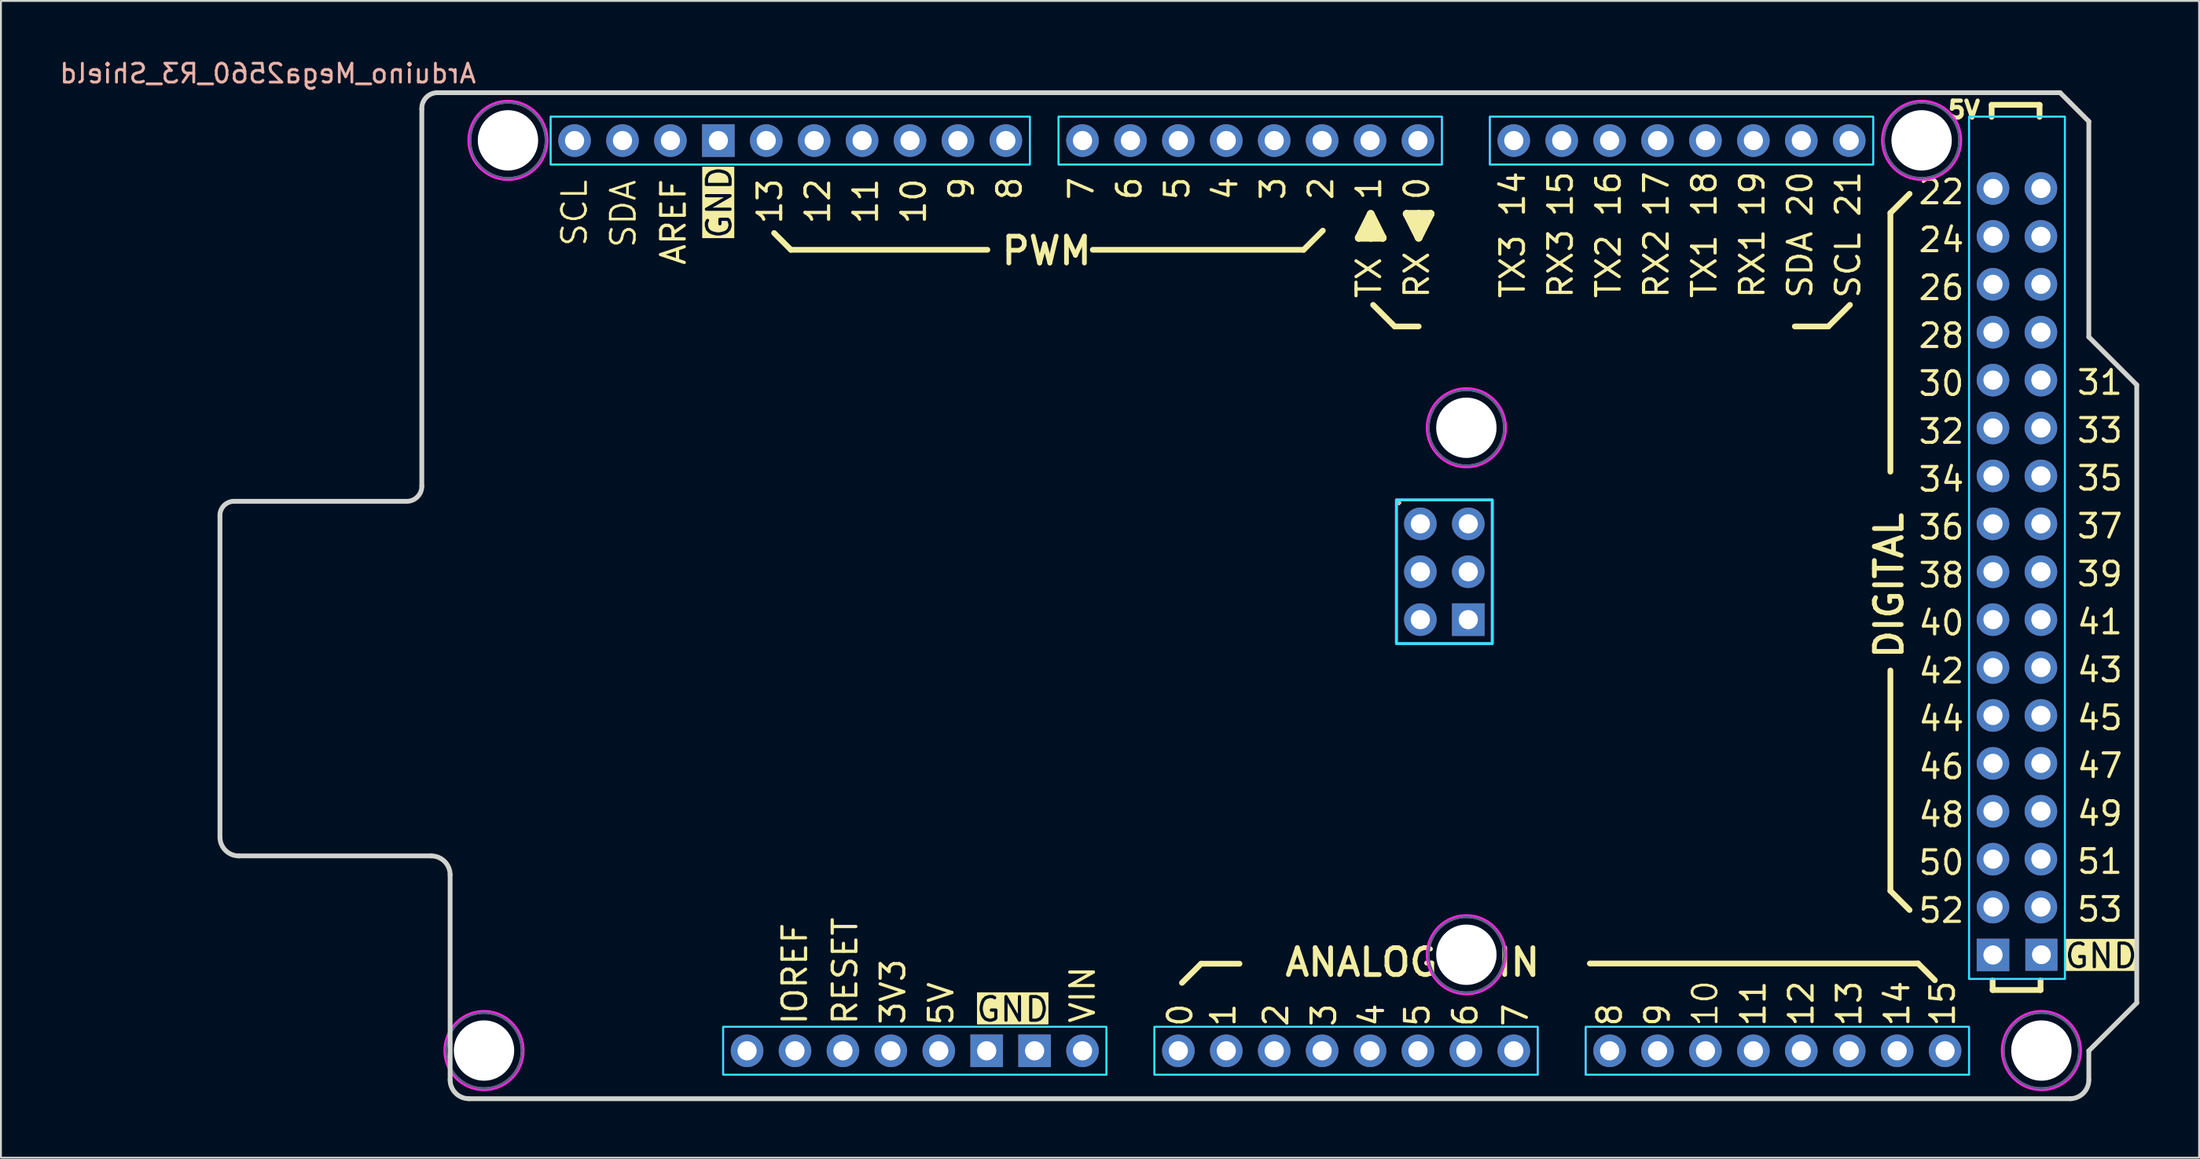
<source format=kicad_pcb>
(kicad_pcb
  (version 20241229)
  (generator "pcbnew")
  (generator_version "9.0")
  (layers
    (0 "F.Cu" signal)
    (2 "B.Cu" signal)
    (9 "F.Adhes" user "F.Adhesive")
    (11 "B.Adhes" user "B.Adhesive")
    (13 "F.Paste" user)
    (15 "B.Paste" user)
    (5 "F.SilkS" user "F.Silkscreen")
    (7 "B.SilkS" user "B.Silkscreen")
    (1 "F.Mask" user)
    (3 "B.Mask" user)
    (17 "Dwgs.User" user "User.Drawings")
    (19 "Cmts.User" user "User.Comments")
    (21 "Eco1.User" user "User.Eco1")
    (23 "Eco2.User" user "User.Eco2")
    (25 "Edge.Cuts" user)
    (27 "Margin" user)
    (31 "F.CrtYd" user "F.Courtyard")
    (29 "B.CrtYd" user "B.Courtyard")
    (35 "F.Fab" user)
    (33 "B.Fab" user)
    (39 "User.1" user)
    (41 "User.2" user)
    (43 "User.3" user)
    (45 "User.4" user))
  (footprint "Arduino_Mega2560_R3_Shield"
    (layer "F.Cu")
    (at 59.409 28.534)
    (property "Reference" "Arduino_Mega2560_R3_Shield" (at -48.26 -27.686 0) (layer "B.SilkS") (effects (font (size 1 1) (thickness 0.15)) (justify mirror)))
    (attr through_hole)
    (fp_line (start -20.537 -18.34) (end -21.426 -19.229) (stroke (width 0.305) (type solid)) (layer "F.SilkS"))
    (fp_line (start -10.123 -18.34) (end -20.537 -18.34) (stroke (width 0.305) (type solid)) (layer "F.SilkS"))
    (fp_line (start -4.535 -18.34) (end 6.641 -18.34) (stroke (width 0.305) (type solid)) (layer "F.SilkS"))
    (fp_line (start 1.208 19.512) (end 0.192 20.528) (stroke (width 0.305) (type solid)) (layer "F.SilkS"))
    (fp_line (start 3.24 19.512) (end 1.208 19.512) (stroke (width 0.305) (type solid)) (layer "F.SilkS"))
    (fp_line (start 6.641 -18.34) (end 7.657 -19.356) (stroke (width 0.305) (type solid)) (layer "F.SilkS"))
    (fp_line (start 9.562 -18.975) (end 10.197 -20.245) (stroke (width 0.406) (type solid)) (layer "F.SilkS"))
    (fp_line (start 9.562 -18.975) (end 10.197 -19.61) (stroke (width 0.406) (type solid)) (layer "F.SilkS"))
    (fp_line (start 10.197 -20.245) (end 10.832 -18.975) (stroke (width 0.406) (type solid)) (layer "F.SilkS"))
    (fp_line (start 10.197 -19.61) (end 10.197 -18.975) (stroke (width 0.406) (type solid)) (layer "F.SilkS"))
    (fp_line (start 10.197 -18.975) (end 9.562 -18.975) (stroke (width 0.406) (type solid)) (layer "F.SilkS"))
    (fp_line (start 10.197 -18.975) (end 10.832 -18.975) (stroke (width 0.406) (type solid)) (layer "F.SilkS"))
    (fp_line (start 10.324 -15.419) (end 11.467 -14.276) (stroke (width 0.305) (type solid)) (layer "F.SilkS"))
    (fp_line (start 10.832 -18.975) (end 10.197 -19.61) (stroke (width 0.406) (type solid)) (layer "F.SilkS"))
    (fp_line (start 11.467 -14.276) (end 12.737 -14.276) (stroke (width 0.305) (type solid)) (layer "F.SilkS"))
    (fp_line (start 12.102 -20.245) (end 12.737 -20.245) (stroke (width 0.406) (type solid)) (layer "F.SilkS"))
    (fp_line (start 12.102 -20.245) (end 12.737 -19.61) (stroke (width 0.406) (type solid)) (layer "F.SilkS"))
    (fp_line (start 12.737 -20.245) (end 12.737 -19.61) (stroke (width 0.406) (type solid)) (layer "F.SilkS"))
    (fp_line (start 12.737 -19.61) (end 13.372 -20.245) (stroke (width 0.406) (type solid)) (layer "F.SilkS"))
    (fp_line (start 12.737 -18.975) (end 12.102 -20.245) (stroke (width 0.406) (type solid)) (layer "F.SilkS"))
    (fp_line (start 13.372 -20.245) (end 12.737 -20.245) (stroke (width 0.406) (type solid)) (layer "F.SilkS"))
    (fp_line (start 13.372 -20.245) (end 12.737 -18.975) (stroke (width 0.406) (type solid)) (layer "F.SilkS"))
    (fp_line (start 21.812 19.501) (end 39.211 19.501) (stroke (width 0.305) (type solid)) (layer "F.SilkS"))
    (fp_line (start 32.676 -14.276) (end 34.454 -14.276) (stroke (width 0.305) (type solid)) (layer "F.SilkS"))
    (fp_line (start 34.454 -14.276) (end 35.597 -15.419) (stroke (width 0.305) (type solid)) (layer "F.SilkS"))
    (fp_line (start 37.742 -20.292) (end 38.758 -21.308) (stroke (width 0.305) (type solid)) (layer "F.SilkS"))
    (fp_line (start 37.742 -6.576) (end 37.742 -20.292) (stroke (width 0.305) (type solid)) (layer "F.SilkS"))
    (fp_line (start 37.742 3.965) (end 37.742 15.649) (stroke (width 0.305) (type solid)) (layer "F.SilkS"))
    (fp_line (start 37.742 15.649) (end 38.758 16.665) (stroke (width 0.305) (type solid)) (layer "F.SilkS"))
    (fp_line (start 39.211 19.501) (end 40.1 20.39) (stroke (width 0.305) (type solid)) (layer "F.SilkS"))
    (fp_line (start 43.108 -26.026) (end 45.648 -26.026) (stroke (width 0.305) (type solid)) (layer "F.SilkS"))
    (fp_line (start 43.108 -25.391) (end 43.108 -26.026) (stroke (width 0.305) (type solid)) (layer "F.SilkS"))
    (fp_line (start 43.16 20.4) (end 43.16 20.908) (stroke (width 0.305) (type solid)) (layer "F.SilkS"))
    (fp_line (start 43.16 20.908) (end 45.7 20.908) (stroke (width 0.305) (type solid)) (layer "F.SilkS"))
    (fp_line (start 45.648 -26.026) (end 45.648 -25.391) (stroke (width 0.305) (type solid)) (layer "F.SilkS"))
    (fp_line (start 45.7 20.908) (end 45.7 20.4) (stroke (width 0.305) (type solid)) (layer "F.SilkS"))
    (fp_line (start -50.8 12.796) (end -50.8 -4.204) (stroke (width 0.254) (type solid)) (layer "Edge.Cuts"))
    (fp_line (start -49.8 13.796) (end -39.608 13.796) (stroke (width 0.254) (type solid)) (layer "Edge.Cuts"))
    (fp_line (start -40.901 -5.004) (end -50.101 -5.004) (stroke (width 0.254) (type solid)) (layer "Edge.Cuts"))
    (fp_line (start -40.101 -25.804) (end -40.101 -5.804) (stroke (width 0.254) (type solid)) (layer "Edge.Cuts"))
    (fp_line (start -39.301 -26.67) (end 46.736 -26.67) (stroke (width 0.254) (type solid)) (layer "Edge.Cuts"))
    (fp_line (start -38.6 25.67) (end -38.6 14.796) (stroke (width 0.254) (type solid)) (layer "Edge.Cuts"))
    (fp_line (start 46.736 -26.67) (end 48.26 -25.146) (stroke (width 0.254) (type solid)) (layer "Edge.Cuts"))
    (fp_line (start 47.26 26.67) (end -37.6 26.67) (stroke (width 0.254) (type solid)) (layer "Edge.Cuts"))
    (fp_line (start 48.26 -25.146) (end 48.26 -13.716) (stroke (width 0.254) (type solid)) (layer "Edge.Cuts"))
    (fp_line (start 48.26 -13.716) (end 50.8 -11.176) (stroke (width 0.254) (type solid)) (layer "Edge.Cuts"))
    (fp_line (start 48.26 24.13) (end 48.26 25.67) (stroke (width 0.254) (type solid)) (layer "Edge.Cuts"))
    (fp_line (start 50.8 -11.176) (end 50.8 21.59) (stroke (width 0.254) (type solid)) (layer "Edge.Cuts"))
    (fp_line (start 50.8 21.59) (end 48.26 24.13) (stroke (width 0.254) (type solid)) (layer "Edge.Cuts"))
    (fp_arc (start -50.8 -4.2036) (mid -50.616217 -4.748331) (end -50.1011 -5.0036) (stroke (width 0.254) (type solid)) (layer "Edge.Cuts"))
    (fp_arc (start -49.8 13.7964) (mid -50.507107 13.503507) (end -50.8 12.7964) (stroke (width 0.254) (type solid)) (layer "Edge.Cuts"))
    (fp_arc (start -40.1011 -25.8036) (mid -39.880537 -26.402485) (end -39.3011 -26.67) (stroke (width 0.254) (type solid)) (layer "Edge.Cuts"))
    (fp_arc (start -40.1011 -5.8036) (mid -40.335415 -5.237915) (end -40.9011 -5.0036) (stroke (width 0.254) (type solid)) (layer "Edge.Cuts"))
    (fp_arc (start -39.608207 13.7964) (mid -38.896996 14.087592) (end -38.6 14.7964) (stroke (width 0.254) (type solid)) (layer "Edge.Cuts"))
    (fp_arc (start -37.6 26.67) (mid -38.307107 26.377107) (end -38.6 25.67) (stroke (width 0.254) (type solid)) (layer "Edge.Cuts"))
    (fp_arc (start 48.26 25.67) (mid 47.967107 26.377107) (end 47.26 26.67) (stroke (width 0.254) (type solid)) (layer "Edge.Cuts"))
    (fp_rect (start -33.27 -25.4) (end -7.87 -22.86) (stroke (width 0.1) (type solid)) (fill no) (layer "B.CrtYd"))
    (fp_rect (start -24.13 22.86) (end -3.81 25.4) (stroke (width 0.1) (type solid)) (fill no) (layer "B.CrtYd"))
    (fp_rect (start -6.35 -25.4) (end 13.97 -22.86) (stroke (width 0.1) (type solid)) (fill no) (layer "B.CrtYd"))
    (fp_rect (start -1.27 22.86) (end 19.05 25.4) (stroke (width 0.1) (type solid)) (fill no) (layer "B.CrtYd"))
    (fp_rect (start 11.56 -5.08) (end 16.64 2.54) (stroke (width 0.15) (type solid)) (fill no) (layer "B.CrtYd"))
    (fp_rect (start 16.51 -25.4) (end 36.83 -22.86) (stroke (width 0.1) (type solid)) (fill no) (layer "B.CrtYd"))
    (fp_rect (start 21.59 22.86) (end 41.91 25.4) (stroke (width 0.1) (type solid)) (fill no) (layer "B.CrtYd"))
    (fp_rect (start 41.91 -25.4) (end 46.99 20.32) (stroke (width 0.1) (type solid)) (fill no) (layer "B.CrtYd"))
    (fp_rect (start -33.274 -25.4) (end -7.874 -22.86) (stroke (width 0.1) (type solid)) (fill no) (layer "F.CrtYd"))
    (fp_rect (start -24.13 22.86) (end -3.81 25.4) (stroke (width 0.1) (type solid)) (fill no) (layer "F.CrtYd"))
    (fp_rect (start -6.35 -25.4) (end 13.97 -22.86) (stroke (width 0.1) (type solid)) (fill no) (layer "F.CrtYd"))
    (fp_rect (start -1.27 22.86) (end 19.05 25.4) (stroke (width 0.1) (type solid)) (fill no) (layer "F.CrtYd"))
    (fp_rect (start 11.557 -5.08) (end 16.637 2.54) (stroke (width 0.15) (type solid)) (fill no) (layer "F.CrtYd"))
    (fp_rect (start 16.51 -25.4) (end 36.83 -22.86) (stroke (width 0.1) (type solid)) (fill no) (layer "F.CrtYd"))
    (fp_rect (start 21.59 22.86) (end 41.91 25.4) (stroke (width 0.1) (type solid)) (fill no) (layer "F.CrtYd"))
    (fp_rect (start 41.91 -25.4) (end 46.99 20.32) (stroke (width 0.1) (type solid)) (fill no) (layer "F.CrtYd"))
    (fp_circle (center -36.804 24.117) (end -34.704 24.117) (stroke (width 0.1) (type solid)) (fill no) (layer "F.CrtYd"))
    (fp_circle (center -35.534 -24.143) (end -33.434 -24.143) (stroke (width 0.1) (type solid)) (fill no) (layer "F.CrtYd"))
    (fp_circle (center 15.266 -8.903) (end 17.366 -8.903) (stroke (width 0.1) (type solid)) (fill no) (layer "F.CrtYd"))
    (fp_circle (center 15.266 19.037) (end 17.366 19.037) (stroke (width 0.1) (type solid)) (fill no) (layer "F.CrtYd"))
    (fp_circle (center 39.396 -24.143) (end 41.496 -24.143) (stroke (width 0.1) (type solid)) (fill no) (layer "F.CrtYd"))
    (fp_circle (center 45.746 24.117) (end 47.846 24.117) (stroke (width 0.1) (type solid)) (fill no) (layer "F.CrtYd"))
    (fp_circle (center -36.804 24.117) (end -34.804 24.117) (stroke (width 0.1) (type solid)) (fill no) (layer "B.Fab"))
    (fp_circle (center -35.534 -24.143) (end -33.534 -24.143) (stroke (width 0.1) (type solid)) (fill no) (layer "B.Fab"))
    (fp_circle (center 15.266 -8.903) (end 17.266 -8.903) (stroke (width 0.1) (type solid)) (fill no) (layer "B.Fab"))
    (fp_circle (center 15.266 19.037) (end 17.266 19.037) (stroke (width 0.1) (type solid)) (fill no) (layer "B.Fab"))
    (fp_circle (center 39.396 -24.143) (end 41.396 -24.143) (stroke (width 0.1) (type solid)) (fill no) (layer "B.Fab"))
    (fp_circle (center 45.746 24.117) (end 47.746 24.117) (stroke (width 0.1) (type solid)) (fill no) (layer "B.Fab"))
    (fp_circle (center -36.804 24.117) (end -34.804 24.117) (stroke (width 0.1) (type solid)) (fill no) (layer "F.Fab"))
    (fp_circle (center -35.534 -24.143) (end -33.534 -24.143) (stroke (width 0.1) (type solid)) (fill no) (layer "F.Fab"))
    (fp_circle (center 15.266 -8.903) (end 17.266 -8.903) (stroke (width 0.1) (type solid)) (fill no) (layer "F.Fab"))
    (fp_circle (center 15.266 19.037) (end 17.266 19.037) (stroke (width 0.1) (type solid)) (fill no) (layer "F.Fab"))
    (fp_circle (center 39.396 -24.143) (end 41.396 -24.143) (stroke (width 0.1) (type solid)) (fill no) (layer "F.Fab"))
    (fp_circle (center 45.746 24.117) (end 47.746 24.117) (stroke (width 0.1) (type solid)) (fill no) (layer "F.Fab"))
    (fp_text user "22" (at 39.139 -20.673 0) (unlocked yes) (layer "F.SilkS") (effects (font (size 1.252 1.252) (thickness 0.171)) (justify left bottom)))
    (fp_text user "TX1" (at 28.612 -15.673 90) (unlocked yes) (layer "F.SilkS") (effects (font (size 1.252 1.252) (thickness 0.171)) (justify left bottom)))
    (fp_text user "8" (at 23.59 22.93 90) (unlocked yes) (layer "F.SilkS") (effects (font (size 1.252 1.252) (thickness 0.171)) (justify left bottom)))
    (fp_text user "12" (at -18.378 -19.61 90) (unlocked yes) (layer "F.SilkS") (effects (font (size 1.252 1.252) (thickness 0.171)) (justify left bottom)))
    (fp_text user "RX2" (at 26.072 -15.673 90) (unlocked yes) (layer "F.SilkS") (effects (font (size 1.252 1.252) (thickness 0.171)) (justify left bottom)))
    (fp_text user "49" (at 47.54 12.29 0) (unlocked yes) (layer "F.SilkS") (effects (font (size 1.252 1.252) (thickness 0.171)) (justify left bottom)))
    (fp_text user "5V" (at 42.6 -26.28 0) (unlocked yes) (layer "F.SilkS") (effects (font (size 0.894 0.894) (thickness 0.224)) (justify right top)))
    (fp_text user "TX2" (at 23.532 -15.673 90) (unlocked yes) (layer "F.SilkS") (effects (font (size 1.252 1.252) (thickness 0.171)) (justify left bottom)))
    (fp_text user "4" (at 10.987 22.941 90) (unlocked yes) (layer "F.SilkS") (effects (font (size 1.252 1.252) (thickness 0.171)) (justify left bottom)))
    (fp_text user "3" (at 8.447 22.941 90) (unlocked yes) (layer "F.SilkS") (effects (font (size 1.252 1.252) (thickness 0.171)) (justify left bottom)))
    (fp_text user "ANALOG   IN" (at 5.53 20.274 0) (unlocked yes) (layer "F.SilkS") (effects (font (size 1.425 1.425) (thickness 0.251)) (justify left bottom)))
    (fp_text user "TX3" (at 18.452 -15.673 90) (unlocked yes) (layer "F.SilkS") (effects (font (size 1.252 1.252) (thickness 0.171)) (justify left bottom)))
    (fp_text user "46" (at 39.139 9.807 0) (unlocked yes) (layer "F.SilkS") (effects (font (size 1.252 1.252) (thickness 0.171)) (justify left bottom)))
    (fp_text user "8" (at -8.218 -20.88 90) (unlocked yes) (layer "F.SilkS") (effects (font (size 1.252 1.252) (thickness 0.171)) (justify left bottom)))
    (fp_text user "48" (at 39.139 12.347 0) (unlocked yes) (layer "F.SilkS") (effects (font (size 1.252 1.252) (thickness 0.171)) (justify left bottom)))
    (fp_text user "9" (at 26.13 22.93 90) (unlocked yes) (layer "F.SilkS") (effects (font (size 1.252 1.252) (thickness 0.171)) (justify left bottom)))
    (fp_text user "47" (at 47.54 9.75 0) (unlocked yes) (layer "F.SilkS") (effects (font (size 1.252 1.252) (thickness 0.171)) (justify left bottom)))
    (fp_text user "5V" (at -11.84 22.88 90) (unlocked yes) (layer "F.SilkS") (effects (font (size 1.252 1.252) (thickness 0.171)) (justify left bottom)))
    (fp_text user "38" (at 39.139 -0.353 0) (unlocked yes) (layer "F.SilkS") (effects (font (size 1.252 1.252) (thickness 0.171)) (justify left bottom)))
    (fp_text user "11" (at 31.21 22.93 90) (unlocked yes) (layer "F.SilkS") (effects (font (size 1.252 1.252) (thickness 0.171)) (justify left bottom)))
    (fp_text user "24" (at 39.139 -18.133 0) (unlocked yes) (layer "F.SilkS") (effects (font (size 1.252 1.252) (thickness 0.171)) (justify left bottom)))
    (fp_text user "SDA" (at 33.692 -15.673 90) (unlocked yes) (layer "F.SilkS") (effects (font (size 1.252 1.252) (thickness 0.171)) (justify left bottom)))
    (fp_text user "." (at 11.684 -5.334 0) (layer "F.SilkS") (effects (font (size 1 1) (thickness 0.15))))
    (fp_text user "40" (at 39.139 2.187 0) (unlocked yes) (layer "F.SilkS") (effects (font (size 1.252 1.252) (thickness 0.171)) (justify left bottom)))
    (fp_text user "GND" (at 46.888 19.834 0) (unlocked yes) (layer "F.SilkS" knockout) (effects (font (size 1.252 1.252) (thickness 0.171)) (justify left bottom)))
    (fp_text user "10" (at -13.298 -19.61 90) (unlocked yes) (layer "F.SilkS") (effects (font (size 1.252 1.252) (thickness 0.171)) (justify left bottom)))
    (fp_text user "13" (at 36.29 22.93 90) (unlocked yes) (layer "F.SilkS") (effects (font (size 1.252 1.252) (thickness 0.171)) (justify left bottom)))
    (fp_text user "IOREF" (at -19.6 22.84 90) (unlocked yes) (layer "F.SilkS") (effects (font (size 1.252 1.252) (thickness 0.171)) (justify left bottom)))
    (fp_text user "VIN" (at -4.343 22.75 90) (unlocked yes) (layer "F.SilkS") (effects (font (size 1.252 1.252) (thickness 0.171)) (justify left bottom)))
    (fp_text user "GND" (at -23.6 -18.83 90) (unlocked yes) (layer "F.SilkS" knockout) (effects (font (size 1.252 1.252) (thickness 0.171)) (justify left bottom)))
    (fp_text user "0" (at 0.827 22.941 90) (unlocked yes) (layer "F.SilkS") (effects (font (size 1.252 1.252) (thickness 0.171)) (justify left bottom)))
    (fp_text user "RESET" (at -16.933 22.84 90) (unlocked yes) (layer "F.SilkS") (effects (font (size 1.252 1.252) (thickness 0.171)) (justify left bottom)))
    (fp_text user "PWM" (at -9.488 -17.451 0) (unlocked yes) (layer "F.SilkS") (effects (font (size 1.425 1.425) (thickness 0.251)) (justify left bottom)))
    (fp_text user "1" (at 10.832 -20.88 90) (unlocked yes) (layer "F.SilkS") (effects (font (size 1.252 1.252) (thickness 0.171)) (justify left bottom)))
    (fp_text user "SCL" (at -31.26 -18.43 90) (unlocked yes) (layer "F.SilkS") (effects (font (size 1.28 1.28) (thickness 0.142)) (justify left bottom)))
    (fp_text user "0" (at 13.372 -20.88 90) (unlocked yes) (layer "F.SilkS") (effects (font (size 1.252 1.252) (thickness 0.171)) (justify left bottom)))
    (fp_text user "20" (at 33.692 -19.991 90) (unlocked yes) (layer "F.SilkS") (effects (font (size 1.252 1.252) (thickness 0.171)) (justify left bottom)))
    (fp_text user "AREF" (at -26.028 -17.438 90) (unlocked yes) (layer "F.SilkS") (effects (font (size 1.252 1.252) (thickness 0.171)) (justify left bottom)))
    (fp_text user "34" (at 39.139 -5.433 0) (unlocked yes) (layer "F.SilkS") (effects (font (size 1.252 1.252) (thickness 0.171)) (justify left bottom)))
    (fp_text user "7" (at 18.607 22.941 90) (unlocked yes) (layer "F.SilkS") (effects (font (size 1.252 1.252) (thickness 0.171)) (justify left bottom)))
    (fp_text user "7" (at -4.408 -20.88 90) (unlocked yes) (layer "F.SilkS") (effects (font (size 1.252 1.252) (thickness 0.171)) (justify left bottom)))
    (fp_text user "42" (at 39.139 4.727 0) (unlocked yes) (layer "F.SilkS") (effects (font (size 1.252 1.252) (thickness 0.171)) (justify left bottom)))
    (fp_text user "4" (at 3.212 -20.88 90) (unlocked yes) (layer "F.SilkS") (effects (font (size 1.252 1.252) (thickness 0.171)) (justify left bottom)))
    (fp_text user "TX" (at 10.832 -15.673 90) (unlocked yes) (layer "F.SilkS") (effects (font (size 1.252 1.252) (thickness 0.171)) (justify left bottom)))
    (fp_text user "3V3" (at -14.393 22.84 90) (unlocked yes) (layer "F.SilkS") (effects (font (size 1.252 1.252) (thickness 0.171)) (justify left bottom)))
    (fp_text user "6" (at -1.868 -20.88 90) (unlocked yes) (layer "F.SilkS") (effects (font (size 1.252 1.252) (thickness 0.171)) (justify left bottom)))
    (fp_text user "15" (at 41.243 22.93 90) (unlocked yes) (layer "F.SilkS") (effects (font (size 1.252 1.252) (thickness 0.171)) (justify left bottom)))
    (fp_text user "6" (at 15.94 22.941 90) (unlocked yes) (layer "F.SilkS") (effects (font (size 1.252 1.252) (thickness 0.171)) (justify left bottom)))
    (fp_text user "SCL" (at 36.232 -15.673 90) (unlocked yes) (layer "F.SilkS") (effects (font (size 1.252 1.252) (thickness 0.171)) (justify left bottom)))
    (fp_text user "14" (at 38.83 22.93 90) (unlocked yes) (layer "F.SilkS") (effects (font (size 1.252 1.252) (thickness 0.171)) (justify left bottom)))
    (fp_text user "53" (at 47.54 17.37 0) (unlocked yes) (layer "F.SilkS") (effects (font (size 1.252 1.252) (thickness 0.171)) (justify left bottom)))
    (fp_text user "52" (at 39.139 17.427 0) (unlocked yes) (layer "F.SilkS") (effects (font (size 1.252 1.252) (thickness 0.171)) (justify left bottom)))
    (fp_text user "32" (at 39.139 -7.973 0) (unlocked yes) (layer "F.SilkS") (effects (font (size 1.252 1.252) (thickness 0.171)) (justify left bottom)))
    (fp_text user "5" (at 13.4 22.941 90) (unlocked yes) (layer "F.SilkS") (effects (font (size 1.252 1.252) (thickness 0.171)) (justify left bottom)))
    (fp_text user "41" (at 47.54 2.13 0) (unlocked yes) (layer "F.SilkS") (effects (font (size 1.252 1.252) (thickness 0.171)) (justify left bottom)))
    (fp_text user "44" (at 39.139 7.267 0) (unlocked yes) (layer "F.SilkS") (effects (font (size 1.252 1.252) (thickness 0.171)) (justify left bottom)))
    (fp_text user "10" (at 28.67 22.93 90) (unlocked yes) (layer "F.SilkS") (effects (font (size 1.28 1.28) (thickness 0.142)) (justify left bottom)))
    (fp_text user "19" (at 31.152 -19.991 90) (unlocked yes) (layer "F.SilkS") (effects (font (size 1.252 1.252) (thickness 0.171)) (justify left bottom)))
    (fp_text user "30" (at 39.139 -10.513 0) (unlocked yes) (layer "F.SilkS") (effects (font (size 1.252 1.252) (thickness 0.171)) (justify left bottom)))
    (fp_text user "13" (at -20.918 -19.61 90) (unlocked yes) (layer "F.SilkS") (effects (font (size 1.252 1.252) (thickness 0.171)) (justify left bottom)))
    (fp_text user "31" (at 47.54 -10.57 0) (unlocked yes) (layer "F.SilkS") (effects (font (size 1.252 1.252) (thickness 0.171)) (justify left bottom)))
    (fp_text user "26" (at 39.139 -15.593 0) (unlocked yes) (layer "F.SilkS") (effects (font (size 1.252 1.252) (thickness 0.171)) (justify left bottom)))
    (fp_text user "9" (at -10.758 -20.88 90) (unlocked yes) (layer "F.SilkS") (effects (font (size 1.252 1.252) (thickness 0.171)) (justify left bottom)))
    (fp_text user "5" (at 0.672 -20.88 90) (unlocked yes) (layer "F.SilkS") (effects (font (size 1.252 1.252) (thickness 0.171)) (justify left bottom)))
    (fp_text user "16" (at 23.532 -19.991 90) (unlocked yes) (layer "F.SilkS") (effects (font (size 1.252 1.252) (thickness 0.171)) (justify left bottom)))
    (fp_text user "1" (at 3.113 22.941 90) (unlocked yes) (layer "F.SilkS") (effects (font (size 1.252 1.252) (thickness 0.171)) (justify left bottom)))
    (fp_text user "51" (at 47.54 14.83 0) (unlocked yes) (layer "F.SilkS") (effects (font (size 1.252 1.252) (thickness 0.171)) (justify left bottom)))
    (fp_text user "50" (at 39.139 14.887 0) (unlocked yes) (layer "F.SilkS") (effects (font (size 1.252 1.252) (thickness 0.171)) (justify left bottom)))
    (fp_text user "37" (at 47.54 -2.95 0) (unlocked yes) (layer "F.SilkS") (effects (font (size 1.252 1.252) (thickness 0.171)) (justify left bottom)))
    (fp_text user "2" (at 5.907 22.941 90) (unlocked yes) (layer "F.SilkS") (effects (font (size 1.252 1.252) (thickness 0.171)) (justify left bottom)))
    (fp_text user "RX1" (at 31.152 -15.673 90) (unlocked yes) (layer "F.SilkS") (effects (font (size 1.252 1.252) (thickness 0.171)) (justify left bottom)))
    (fp_text user "SDA" (at -28.669 -18.354 90) (unlocked yes) (layer "F.SilkS") (effects (font (size 1.28 1.28) (thickness 0.142)) (justify left bottom)))
    (fp_text user "21" (at 36.232 -19.991 90) (unlocked yes) (layer "F.SilkS") (effects (font (size 1.252 1.252) (thickness 0.171)) (justify left bottom)))
    (fp_text user "RX3" (at 20.992 -15.673 90) (unlocked yes) (layer "F.SilkS") (effects (font (size 1.252 1.252) (thickness 0.171)) (justify left bottom)))
    (fp_text user "39" (at 47.54 -0.41 0) (unlocked yes) (layer "F.SilkS") (effects (font (size 1.252 1.252) (thickness 0.171)) (justify left bottom)))
    (fp_text user "15" (at 20.992 -19.991 90) (unlocked yes) (layer "F.SilkS") (effects (font (size 1.252 1.252) (thickness 0.171)) (justify left bottom)))
    (fp_text user "45" (at 47.54 7.21 0) (unlocked yes) (layer "F.SilkS") (effects (font (size 1.252 1.252) (thickness 0.171)) (justify left bottom)))
    (fp_text user "RX" (at 13.372 -15.673 90) (unlocked yes) (layer "F.SilkS") (effects (font (size 1.252 1.252) (thickness 0.171)) (justify left bottom)))
    (fp_text user "DIGITAL" (at 38.504 3.457 90) (unlocked yes) (layer "F.SilkS") (effects (font (size 1.425 1.425) (thickness 0.251)) (justify left bottom)))
    (fp_text user "36" (at 39.139 -2.893 0) (unlocked yes) (layer "F.SilkS") (effects (font (size 1.252 1.252) (thickness 0.171)) (justify left bottom)))
    (fp_text user "33" (at 47.54 -8.03 0) (unlocked yes) (layer "F.SilkS") (effects (font (size 1.252 1.252) (thickness 0.171)) (justify left bottom)))
    (fp_text user "GND" (at -10.8 22.67 0) (unlocked yes) (layer "F.SilkS" knockout) (effects (font (size 1.252 1.252) (thickness 0.171)) (justify left bottom)))
    (fp_text user "28" (at 39.139 -13.053 0) (unlocked yes) (layer "F.SilkS") (effects (font (size 1.252 1.252) (thickness 0.171)) (justify left bottom)))
    (fp_text user "2" (at 8.292 -20.88 90) (unlocked yes) (layer "F.SilkS") (effects (font (size 1.252 1.252) (thickness 0.171)) (justify left bottom)))
    (fp_text user "43" (at 47.54 4.67 0) (unlocked yes) (layer "F.SilkS") (effects (font (size 1.252 1.252) (thickness 0.171)) (justify left bottom)))
    (fp_text user "35" (at 47.54 -5.49 0) (unlocked yes) (layer "F.SilkS") (effects (font (size 1.252 1.252) (thickness 0.171)) (justify left bottom)))
    (fp_text user "12" (at 33.75 22.93 90) (unlocked yes) (layer "F.SilkS") (effects (font (size 1.252 1.252) (thickness 0.171)) (justify left bottom)))
    (fp_text user "17" (at 26.072 -19.991 90) (unlocked yes) (layer "F.SilkS") (effects (font (size 1.252 1.252) (thickness 0.171)) (justify left bottom)))
    (fp_text user "18" (at 28.612 -19.991 90) (unlocked yes) (layer "F.SilkS") (effects (font (size 1.252 1.252) (thickness 0.171)) (justify left bottom)))
    (fp_text user "3" (at 5.752 -20.88 90) (unlocked yes) (layer "F.SilkS") (effects (font (size 1.252 1.252) (thickness 0.171)) (justify left bottom)))
    (fp_text user "14" (at 18.452 -19.991 90) (unlocked yes) (layer "F.SilkS") (effects (font (size 1.252 1.252) (thickness 0.171)) (justify left bottom)))
    (fp_text user "11" (at -15.838 -19.61 90) (unlocked yes) (layer "F.SilkS") (effects (font (size 1.252 1.252) (thickness 0.171)) (justify left bottom)))
    (fp_text user "." (at 11.684 -5.334 0) (layer "B.SilkS") (effects (font (size 1 1) (thickness 0.15))))
    (pad "" np_thru_hole circle (at -36.804 24.117) (size 3.2 3.2) (drill 3.2) (layers "*.Cu" "*.Mask"))
    (pad "" np_thru_hole circle (at -35.534 -24.143) (size 3.2 3.2) (drill 3.2) (layers "*.Cu" "*.Mask"))
    (pad "" thru_hole oval (at -22.86 24.13) (size 1.727 1.727) (drill 1.016) (layers "*.Cu" "*.Mask"))
    (pad "" np_thru_hole circle (at 15.266 -8.903) (size 3.2 3.2) (drill 3.2) (layers "*.Cu" "*.Mask"))
    (pad "" np_thru_hole circle (at 15.266 19.037) (size 3.2 3.2) (drill 3.2) (layers "*.Cu" "*.Mask"))
    (pad "" np_thru_hole circle (at 39.396 -24.143) (size 3.2 3.2) (drill 3.2) (layers "*.Cu" "*.Mask"))
    (pad "" np_thru_hole circle (at 45.746 24.117) (size 3.2 3.2) (drill 3.2) (layers "*.Cu" "*.Mask"))
    (pad "3V3" thru_hole oval (at -15.24 24.13) (size 1.727 1.727) (drill 1.016) (layers "*.Cu" "*.Mask"))
    (pad "5V" thru_hole oval (at -12.7 24.13) (size 1.727 1.727) (drill 1.016) (layers "*.Cu" "*.Mask"))
    (pad "5V0" thru_hole oval (at 15.367 -3.81) (size 1.727 1.727) (drill 1.016) (layers "*.Cu" "*.Mask"))
    (pad "A0" thru_hole oval (at 0 24.13) (size 1.727 1.727) (drill 1.016) (layers "*.Cu" "*.Mask"))
    (pad "A1" thru_hole oval (at 2.54 24.13) (size 1.727 1.727) (drill 1.016) (layers "*.Cu" "*.Mask"))
    (pad "A2" thru_hole oval (at 5.08 24.13) (size 1.727 1.727) (drill 1.016) (layers "*.Cu" "*.Mask"))
    (pad "A3" thru_hole oval (at 7.62 24.13) (size 1.727 1.727) (drill 1.016) (layers "*.Cu" "*.Mask"))
    (pad "A4" thru_hole oval (at 10.16 24.13) (size 1.727 1.727) (drill 1.016) (layers "*.Cu" "*.Mask"))
    (pad "A5" thru_hole oval (at 12.7 24.13) (size 1.727 1.727) (drill 1.016) (layers "*.Cu" "*.Mask"))
    (pad "A6" thru_hole oval (at 15.24 24.13) (size 1.727 1.727) (drill 1.016) (layers "*.Cu" "*.Mask"))
    (pad "A7" thru_hole oval (at 17.78 24.13) (size 1.727 1.727) (drill 1.016) (layers "*.Cu" "*.Mask"))
    (pad "A8" thru_hole oval (at 22.86 24.13) (size 1.727 1.727) (drill 1.016) (layers "*.Cu" "*.Mask"))
    (pad "A9" thru_hole oval (at 25.4 24.13) (size 1.727 1.727) (drill 1.016) (layers "*.Cu" "*.Mask"))
    (pad "A10" thru_hole oval (at 27.94 24.13) (size 1.727 1.727) (drill 1.016) (layers "*.Cu" "*.Mask"))
    (pad "A11" thru_hole oval (at 30.48 24.13) (size 1.727 1.727) (drill 1.016) (layers "*.Cu" "*.Mask"))
    (pad "A12" thru_hole oval (at 33.02 24.13) (size 1.727 1.727) (drill 1.016) (layers "*.Cu" "*.Mask"))
    (pad "A13" thru_hole oval (at 35.56 24.13) (size 1.727 1.727) (drill 1.016) (layers "*.Cu" "*.Mask"))
    (pad "A14" thru_hole oval (at 38.1 24.13) (size 1.727 1.727) (drill 1.016) (layers "*.Cu" "*.Mask"))
    (pad "A15" thru_hole oval (at 40.64 24.13) (size 1.727 1.727) (drill 1.016) (layers "*.Cu" "*.Mask"))
    (pad "AREF" thru_hole oval (at -26.924 -24.13) (size 1.727 1.727) (drill 1.016) (layers "*.Cu" "*.Mask"))
    (pad "D0" thru_hole oval (at 12.7 -24.13) (size 1.727 1.727) (drill 1.016) (layers "*.Cu" "*.Mask"))
    (pad "D1" thru_hole oval (at 10.16 -24.13) (size 1.727 1.727) (drill 1.016) (layers "*.Cu" "*.Mask"))
    (pad "D2" thru_hole oval (at 7.62 -24.13) (size 1.727 1.727) (drill 1.016) (layers "*.Cu" "*.Mask"))
    (pad "D3" thru_hole oval (at 5.08 -24.13) (size 1.727 1.727) (drill 1.016) (layers "*.Cu" "*.Mask"))
    (pad "D4" thru_hole oval (at 2.54 -24.13) (size 1.727 1.727) (drill 1.016) (layers "*.Cu" "*.Mask"))
    (pad "D5" thru_hole oval (at 0 -24.13) (size 1.727 1.727) (drill 1.016) (layers "*.Cu" "*.Mask"))
    (pad "D6" thru_hole oval (at -2.54 -24.13) (size 1.727 1.727) (drill 1.016) (layers "*.Cu" "*.Mask"))
    (pad "D7" thru_hole oval (at -5.08 -24.13) (size 1.727 1.727) (drill 1.016) (layers "*.Cu" "*.Mask"))
    (pad "D8" thru_hole oval (at -9.144 -24.13) (size 1.727 1.727) (drill 1.016) (layers "*.Cu" "*.Mask"))
    (pad "D9" thru_hole oval (at -11.684 -24.13) (size 1.727 1.727) (drill 1.016) (layers "*.Cu" "*.Mask"))
    (pad "D10" thru_hole oval (at -14.224 -24.13) (size 1.727 1.727) (drill 1.016) (layers "*.Cu" "*.Mask"))
    (pad "D11" thru_hole oval (at -16.764 -24.13) (size 1.727 1.727) (drill 1.016) (layers "*.Cu" "*.Mask"))
    (pad "D12" thru_hole oval (at -19.304 -24.13) (size 1.727 1.727) (drill 1.016) (layers "*.Cu" "*.Mask"))
    (pad "D13" thru_hole oval (at -21.844 -24.13) (size 1.727 1.727) (drill 1.016) (layers "*.Cu" "*.Mask"))
    (pad "D14" thru_hole oval (at 17.78 -24.13) (size 1.727 1.727) (drill 1.016) (layers "*.Cu" "*.Mask"))
    (pad "D15" thru_hole oval (at 20.32 -24.13) (size 1.727 1.727) (drill 1.016) (layers "*.Cu" "*.Mask"))
    (pad "D16" thru_hole oval (at 22.86 -24.13) (size 1.727 1.727) (drill 1.016) (layers "*.Cu" "*.Mask"))
    (pad "D17" thru_hole oval (at 25.4 -24.13) (size 1.727 1.727) (drill 1.016) (layers "*.Cu" "*.Mask"))
    (pad "D18" thru_hole oval (at 27.94 -24.13) (size 1.727 1.727) (drill 1.016) (layers "*.Cu" "*.Mask"))
    (pad "D19" thru_hole oval (at 30.48 -24.13) (size 1.727 1.727) (drill 1.016) (layers "*.Cu" "*.Mask"))
    (pad "D20" thru_hole oval (at 33.02 -24.13) (size 1.727 1.727) (drill 1.016) (layers "*.Cu" "*.Mask"))
    (pad "D21" thru_hole oval (at 35.56 -24.13) (size 1.727 1.727) (drill 1.016) (layers "*.Cu" "*.Mask"))
    (pad "D22" thru_hole oval (at 43.18 -21.59) (size 1.727 1.727) (drill 1.016) (layers "*.Cu" "*.Mask"))
    (pad "D23" thru_hole oval (at 45.72 -21.59) (size 1.727 1.727) (drill 1.016) (layers "*.Cu" "*.Mask"))
    (pad "D24" thru_hole oval (at 43.18 -19.05) (size 1.727 1.727) (drill 1.016) (layers "*.Cu" "*.Mask"))
    (pad "D25" thru_hole oval (at 45.72 -19.05) (size 1.727 1.727) (drill 1.016) (layers "*.Cu" "*.Mask"))
    (pad "D26" thru_hole oval (at 43.18 -16.51) (size 1.727 1.727) (drill 1.016) (layers "*.Cu" "*.Mask"))
    (pad "D27" thru_hole oval (at 45.72 -16.51) (size 1.727 1.727) (drill 1.016) (layers "*.Cu" "*.Mask"))
    (pad "D28" thru_hole oval (at 43.18 -13.97) (size 1.727 1.727) (drill 1.016) (layers "*.Cu" "*.Mask"))
    (pad "D29" thru_hole oval (at 45.72 -13.97) (size 1.727 1.727) (drill 1.016) (layers "*.Cu" "*.Mask"))
    (pad "D30" thru_hole oval (at 43.18 -11.43) (size 1.727 1.727) (drill 1.016) (layers "*.Cu" "*.Mask"))
    (pad "D31" thru_hole oval (at 45.72 -11.43) (size 1.727 1.727) (drill 1.016) (layers "*.Cu" "*.Mask"))
    (pad "D32" thru_hole oval (at 43.18 -8.89) (size 1.727 1.727) (drill 1.016) (layers "*.Cu" "*.Mask"))
    (pad "D33" thru_hole oval (at 45.72 -8.89) (size 1.727 1.727) (drill 1.016) (layers "*.Cu" "*.Mask"))
    (pad "D34" thru_hole oval (at 43.18 -6.35) (size 1.727 1.727) (drill 1.016) (layers "*.Cu" "*.Mask"))
    (pad "D35" thru_hole oval (at 45.72 -6.35) (size 1.727 1.727) (drill 1.016) (layers "*.Cu" "*.Mask"))
    (pad "D36" thru_hole oval (at 43.18 -3.81) (size 1.727 1.727) (drill 1.016) (layers "*.Cu" "*.Mask"))
    (pad "D37" thru_hole oval (at 45.72 -3.81) (size 1.727 1.727) (drill 1.016) (layers "*.Cu" "*.Mask"))
    (pad "D38" thru_hole oval (at 43.18 -1.27) (size 1.727 1.727) (drill 1.016) (layers "*.Cu" "*.Mask"))
    (pad "D39" thru_hole oval (at 45.72 -1.27) (size 1.727 1.727) (drill 1.016) (layers "*.Cu" "*.Mask"))
    (pad "D40" thru_hole oval (at 43.18 1.27) (size 1.727 1.727) (drill 1.016) (layers "*.Cu" "*.Mask"))
    (pad "D41" thru_hole oval (at 45.72 1.27) (size 1.727 1.727) (drill 1.016) (layers "*.Cu" "*.Mask"))
    (pad "D42" thru_hole oval (at 43.18 3.81) (size 1.727 1.727) (drill 1.016) (layers "*.Cu" "*.Mask"))
    (pad "D43" thru_hole oval (at 45.72 3.81) (size 1.727 1.727) (drill 1.016) (layers "*.Cu" "*.Mask"))
    (pad "D44" thru_hole oval (at 43.18 6.35) (size 1.727 1.727) (drill 1.016) (layers "*.Cu" "*.Mask"))
    (pad "D45" thru_hole oval (at 45.72 6.35) (size 1.727 1.727) (drill 1.016) (layers "*.Cu" "*.Mask"))
    (pad "D46" thru_hole oval (at 43.18 8.89) (size 1.727 1.727) (drill 1.016) (layers "*.Cu" "*.Mask"))
    (pad "D47" thru_hole oval (at 45.72 8.89) (size 1.727 1.727) (drill 1.016) (layers "*.Cu" "*.Mask"))
    (pad "D48" thru_hole oval (at 43.18 11.43) (size 1.727 1.727) (drill 1.016) (layers "*.Cu" "*.Mask"))
    (pad "D49" thru_hole oval (at 45.72 11.43) (size 1.727 1.727) (drill 1.016) (layers "*.Cu" "*.Mask"))
    (pad "D50" thru_hole oval (at 43.18 13.97) (size 1.727 1.727) (drill 1.016) (layers "*.Cu" "*.Mask"))
    (pad "D51" thru_hole oval (at 45.72 13.97) (size 1.727 1.727) (drill 1.016) (layers "*.Cu" "*.Mask"))
    (pad "D52" thru_hole oval (at 43.18 16.51) (size 1.727 1.727) (drill 1.016) (layers "*.Cu" "*.Mask"))
    (pad "D53" thru_hole oval (at 45.72 16.51) (size 1.727 1.727) (drill 1.016) (layers "*.Cu" "*.Mask"))
    (pad "GND" thru_hole rect (at -24.384 -24.13) (size 1.727 1.727) (drill 1.016) (layers "*.Cu" "*.Mask"))
    (pad "GND" thru_hole rect (at -10.16 24.13) (size 1.727 1.727) (drill 1.016) (layers "*.Cu" "*.Mask"))
    (pad "GND" thru_hole rect (at -7.62 24.13) (size 1.727 1.727) (drill 1.016) (layers "*.Cu" "*.Mask"))
    (pad "GND" thru_hole rect (at 15.367 1.27) (size 1.727 1.727) (drill 1.016) (layers "*.Cu" "*.Mask"))
    (pad "GND" thru_hole rect (at 43.18 19.05) (size 1.727 1.727) (drill 1.016) (layers "*.Cu" "*.Mask"))
    (pad "GND" thru_hole rect (at 45.746 19.037) (size 1.7 1.7) (drill 1) (layers "*.Cu" "*.Mask"))
    (pad "IORF" thru_hole oval (at -20.32 24.13) (size 1.727 1.727) (drill 1.016) (layers "*.Cu" "*.Mask"))
    (pad "MISO" thru_hole oval (at 12.827 -3.81) (size 1.727 1.727) (drill 1.016) (layers "*.Cu" "*.Mask"))
    (pad "MOSI" thru_hole oval (at 15.367 -1.27) (size 1.727 1.727) (drill 1.016) (layers "*.Cu" "*.Mask"))
    (pad "RST1" thru_hole oval (at -17.78 24.13) (size 1.727 1.727) (drill 1.016) (layers "*.Cu" "*.Mask"))
    (pad "RST2" thru_hole oval (at 12.827 1.27) (size 1.727 1.727) (drill 1.016) (layers "*.Cu" "*.Mask"))
    (pad "SCK" thru_hole oval (at 12.827 -1.27) (size 1.727 1.727) (drill 1.016) (layers "*.Cu" "*.Mask"))
    (pad "SCL" thru_hole oval (at -32.004 -24.13) (size 1.727 1.727) (drill 1.016) (layers "*.Cu" "*.Mask"))
    (pad "SDA" thru_hole oval (at -29.464 -24.13) (size 1.727 1.727) (drill 1.016) (layers "*.Cu" "*.Mask"))
    (pad "VIN" thru_hole oval (at -5.08 24.13) (size 1.727 1.727) (drill 1.016) (layers "*.Cu" "*.Mask")))
  (gr_rect
    (start -3 -3)
    (end 113.513 58.331)
    (stroke (width 0.1) (type default))
    (fill no)
    (layer "Edge.Cuts")))
</source>
